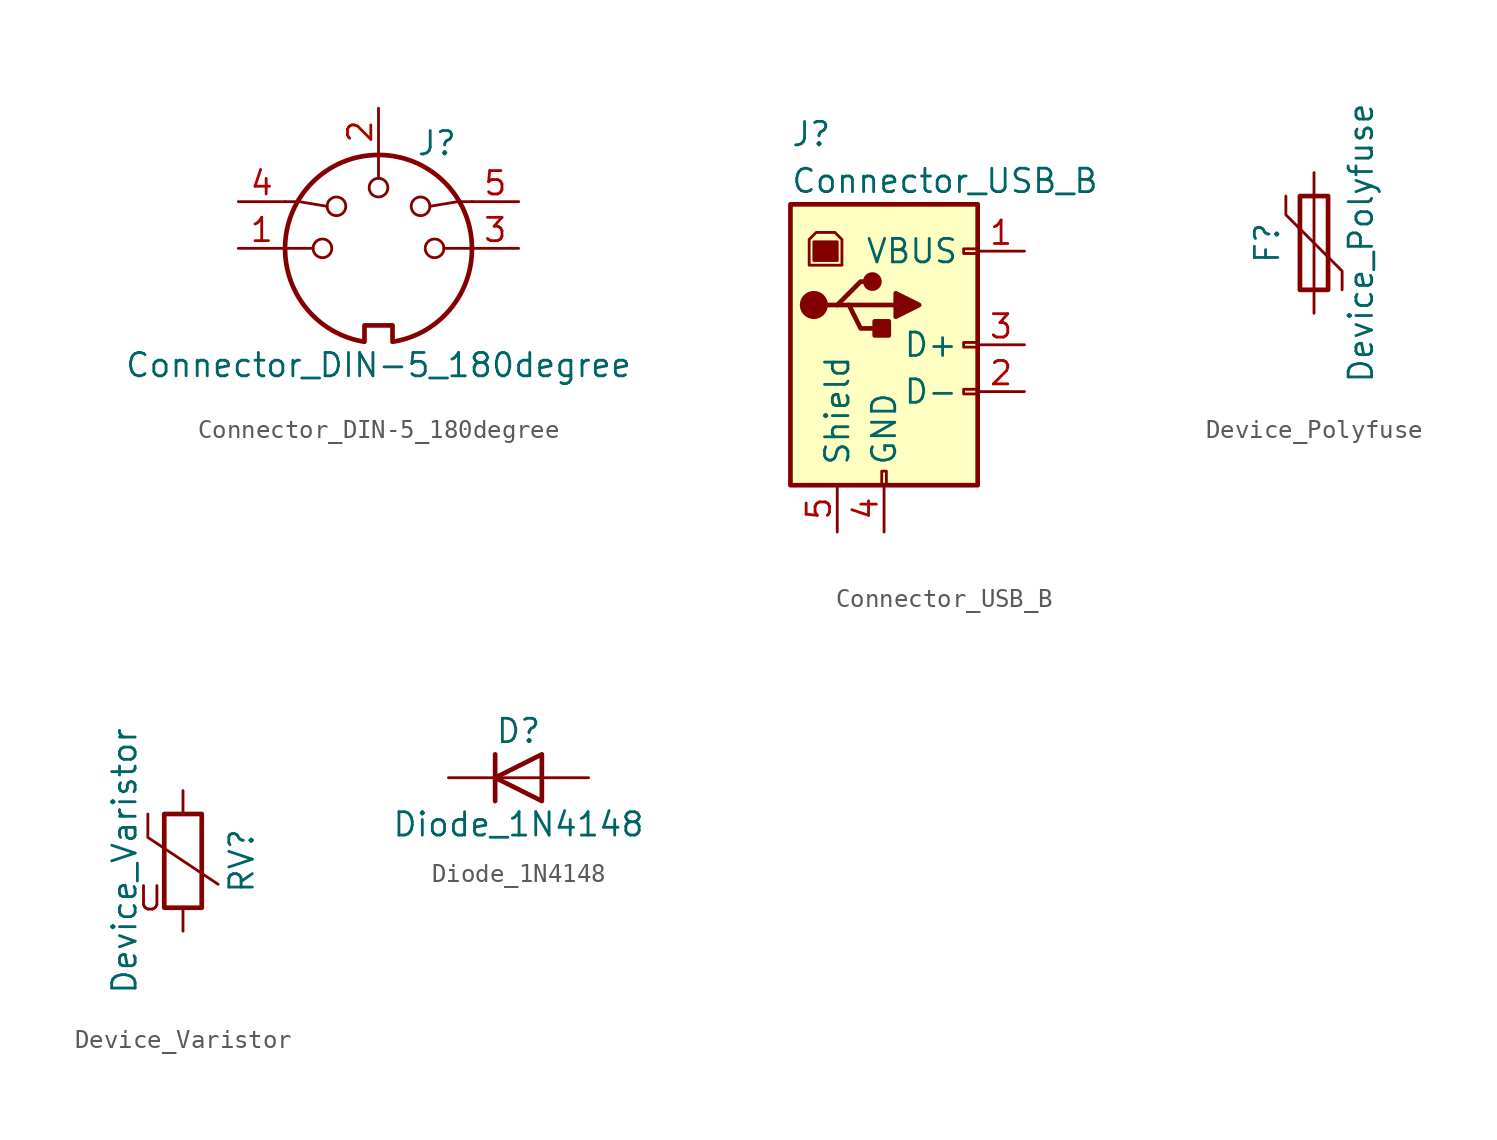
<source format=kicad_sym>
(kicad_symbol_lib
  (version 20231120)
  (generator "kicad_symbol_editor")
  (generator_version "8.0")
  (symbol "Connector_DIN-5_180degree"
    (pin_names
      (offset 1.016))
    (property "Reference" "J"
      (at 3.175 5.715 0)
      (effects (font (size 1.27 1.27))))
    (property "Value" "Connector_DIN-5_180degree"
      (at 0 -6.35 0)
      (effects (font (size 1.27 1.27))))
    (symbol "Connector_DIN-5_180degree_0_1"
      (arc (start -5.08 0) (mid -3.8609 -3.3364) (end -0.762 -5.08) (stroke (width 0.254) (type solid)) (fill (type none)))
      (circle (center -3.048 0) (radius 0.508) (stroke (width 0) (type solid)) (fill (type none)))
      (circle (center -2.286 2.286) (radius 0.508) (stroke (width 0) (type solid)) (fill (type none)))
      (polyline (pts (xy -5.08 0) (xy -3.556 0)) (stroke (width 0) (type solid)) (fill (type none)))
      (polyline (pts (xy 0 5.08) (xy 0 3.81)) (stroke (width 0) (type solid)) (fill (type none)))
      (polyline (pts (xy 5.08 0) (xy 3.556 0)) (stroke (width 0) (type solid)) (fill (type none)))
      (polyline (pts (xy -5.08 2.54) (xy -4.318 2.54) (xy -2.794 2.286)) (stroke (width 0) (type solid)) (fill (type none)))
      (polyline (pts (xy 5.08 2.54) (xy 4.318 2.54) (xy 2.794 2.286)) (stroke (width 0) (type solid)) (fill (type none)))
      (polyline (pts (xy -0.762 -4.953) (xy -0.762 -4.191) (xy 0.762 -4.191) (xy 0.762 -4.953)) (stroke (width 0.254) (type solid)) (fill (type none)))
      (circle (center 0 3.302) (radius 0.508) (stroke (width 0) (type solid)) (fill (type none)))
      (arc (start 0.762 -5.08) (mid 3.8685 -3.343) (end 5.08 0) (stroke (width 0.254) (type solid)) (fill (type none)))
      (circle (center 2.286 2.286) (radius 0.508) (stroke (width 0) (type solid)) (fill (type none)))
      (circle (center 3.048 0) (radius 0.508) (stroke (width 0) (type solid)) (fill (type none)))
      (arc (start 5.08 0) (mid 0 5.08) (end -5.08 0) (stroke (width 0.254) (type solid)) (fill (type none))))
    (symbol "Connector_DIN-5_180degree_1_1"
      (pin passive line (at -7.62 0 0) (length 2.54) (name "~" (effects (font (size 1.27 1.27)))) (number "1" (effects (font (size 1.27 1.27)))))
      (pin passive line (at 0 7.62 270) (length 2.54) (name "~" (effects (font (size 1.27 1.27)))) (number "2" (effects (font (size 1.27 1.27)))))
      (pin passive line (at 7.62 0 180) (length 2.54) (name "~" (effects (font (size 1.27 1.27)))) (number "3" (effects (font (size 1.27 1.27)))))
      (pin passive line (at -7.62 2.54 0) (length 2.54) (name "~" (effects (font (size 1.27 1.27)))) (number "4" (effects (font (size 1.27 1.27)))))
      (pin passive line (at 7.62 2.54 180) (length 2.54) (name "~" (effects (font (size 1.27 1.27)))) (number "5" (effects (font (size 1.27 1.27)))))))
  (symbol "Connector_USB_B"
    (pin_names
      (offset 1.016))
    (property "Reference" "J"
      (at -5.08 11.43 0)
      (effects (font (size 1.27 1.27)) (justify left)))
    (property "Value" "Connector_USB_B"
      (at -5.08 8.89 0)
      (effects (font (size 1.27 1.27)) (justify left)))
    (symbol "Connector_USB_B_0_1"
      (rectangle (start -5.08 -7.62) (end 5.08 7.62) (stroke (width 0.254) (type solid)) (fill (type background)))
      (circle (center -3.81 2.159) (radius 0.635) (stroke (width 0.254) (type solid)) (fill (type outline)))
      (rectangle (start -3.81 5.588) (end -2.54 4.572) (stroke (width 0) (type solid)) (fill (type outline)))
      (circle (center -0.635 3.429) (radius 0.381) (stroke (width 0.254) (type solid)) (fill (type outline)))
      (rectangle (start -0.127 -7.62) (end 0.127 -6.858) (stroke (width 0) (type solid)) (fill (type none)))
      (polyline (pts (xy -1.905 2.159) (xy 0.635 2.159)) (stroke (width 0.254) (type solid)) (fill (type none)))
      (polyline (pts (xy -3.175 2.159) (xy -2.54 2.159) (xy -1.27 3.429) (xy -0.635 3.429)) (stroke (width 0.254) (type solid)) (fill (type none)))
      (polyline (pts (xy -2.54 2.159) (xy -1.905 2.159) (xy -1.27 0.889) (xy 0 0.889)) (stroke (width 0.254) (type solid)) (fill (type none)))
      (polyline (pts (xy 0.635 2.794) (xy 0.635 1.524) (xy 1.905 2.159) (xy 0.635 2.794)) (stroke (width 0.254) (type solid)) (fill (type outline)))
      (polyline (pts (xy -4.064 4.318) (xy -2.286 4.318) (xy -2.286 5.715) (xy -2.667 6.096) (xy -3.683 6.096) (xy -4.064 5.715) (xy -4.064 4.318)) (stroke (width 0) (type solid)) (fill (type none)))
      (rectangle (start 0.254 1.27) (end -0.508 0.508) (stroke (width 0.254) (type solid)) (fill (type outline)))
      (rectangle (start 5.08 -2.667) (end 4.318 -2.413) (stroke (width 0) (type solid)) (fill (type none)))
      (rectangle (start 5.08 -0.127) (end 4.318 0.127) (stroke (width 0) (type solid)) (fill (type none)))
      (rectangle (start 5.08 4.953) (end 4.318 5.207) (stroke (width 0) (type solid)) (fill (type none))))
    (symbol "Connector_USB_B_1_1"
      (pin power_out line (at 7.62 5.08 180) (length 2.54) (name "VBUS" (effects (font (size 1.27 1.27)))) (number "1" (effects (font (size 1.27 1.27)))))
      (pin bidirectional line (at 7.62 -2.54 180) (length 2.54) (name "D-" (effects (font (size 1.27 1.27)))) (number "2" (effects (font (size 1.27 1.27)))))
      (pin bidirectional line (at 7.62 0 180) (length 2.54) (name "D+" (effects (font (size 1.27 1.27)))) (number "3" (effects (font (size 1.27 1.27)))))
      (pin power_out line (at 0 -10.16 90) (length 2.54) (name "GND" (effects (font (size 1.27 1.27)))) (number "4" (effects (font (size 1.27 1.27)))))
      (pin passive line (at -2.54 -10.16 90) (length 2.54) (name "Shield" (effects (font (size 1.27 1.27)))) (number "5" (effects (font (size 1.27 1.27)))))))
  (symbol "Device_Polyfuse"
    (pin_numbers hide)
    (pin_names
      (offset 0))
    (property "Reference" "F"
      (at -2.54 0 90)
      (effects (font (size 1.27 1.27))))
    (property "Value" "Device_Polyfuse"
      (at 2.54 0 90)
      (effects (font (size 1.27 1.27))))
    (symbol "Device_Polyfuse_0_1"
      (rectangle (start -0.762 2.54) (end 0.762 -2.54) (stroke (width 0.254) (type solid)) (fill (type none)))
      (polyline (pts (xy 0 2.54) (xy 0 -2.54)) (stroke (width 0) (type solid)) (fill (type none)))
      (polyline (pts (xy -1.524 2.54) (xy -1.524 1.524) (xy 1.524 -1.524) (xy 1.524 -2.54)) (stroke (width 0) (type solid)) (fill (type none))))
    (symbol "Device_Polyfuse_1_1"
      (pin passive line (at 0 3.81 270) (length 1.27) (name "~" (effects (font (size 1.27 1.27)))) (number "1" (effects (font (size 1.27 1.27)))))
      (pin passive line (at 0 -3.81 90) (length 1.27) (name "~" (effects (font (size 1.27 1.27)))) (number "2" (effects (font (size 1.27 1.27)))))))
  (symbol "Device_Varistor"
    (pin_numbers hide)
    (pin_names
      (offset 0))
    (property "Reference" "RV"
      (at 3.175 0 90)
      (effects (font (size 1.27 1.27))))
    (property "Value" "Device_Varistor"
      (at -3.175 0 90)
      (effects (font (size 1.27 1.27))))
    (symbol "Device_Varistor_0_0"
      (text "U" (at -1.778 -2.032 0) (effects (font (size 1.27 1.27)))))
    (symbol "Device_Varistor_0_1"
      (rectangle (start -1.016 -2.54) (end 1.016 2.54) (stroke (width 0.254) (type solid)) (fill (type none)))
      (polyline (pts (xy -1.905 2.54) (xy -1.905 1.27) (xy 1.905 -1.27)) (stroke (width 0) (type solid)) (fill (type none))))
    (symbol "Device_Varistor_1_1"
      (pin passive line (at 0 3.81 270) (length 1.27) (name "~" (effects (font (size 1.27 1.27)))) (number "1" (effects (font (size 1.27 1.27)))))
      (pin passive line (at 0 -3.81 90) (length 1.27) (name "~" (effects (font (size 1.27 1.27)))) (number "2" (effects (font (size 1.27 1.27)))))))
  (symbol "Diode_1N4148"
    (pin_numbers hide)
    (pin_names
      (offset 1.016) hide)
    (property "Reference" "D"
      (at 0 2.54 0)
      (effects (font (size 1.27 1.27))))
    (property "Value" "Diode_1N4148"
      (at 0 -2.54 0)
      (effects (font (size 1.27 1.27))))
    (symbol "Diode_1N4148_0_1"
      (polyline (pts (xy -1.27 1.27) (xy -1.27 -1.27)) (stroke (width 0.254) (type solid)) (fill (type none)))
      (polyline (pts (xy 1.27 0) (xy -1.27 0)) (stroke (width 0) (type solid)) (fill (type none)))
      (polyline (pts (xy 1.27 1.27) (xy 1.27 -1.27) (xy -1.27 0) (xy 1.27 1.27)) (stroke (width 0.254) (type solid)) (fill (type none))))
    (symbol "Diode_1N4148_1_1"
      (pin passive line (at -3.81 0 0) (length 2.54) (name "K" (effects (font (size 1.27 1.27)))) (number "1" (effects (font (size 1.27 1.27)))))
      (pin passive line (at 3.81 0 180) (length 2.54) (name "A" (effects (font (size 1.27 1.27)))) (number "2" (effects (font (size 1.27 1.27))))))))
</source>
